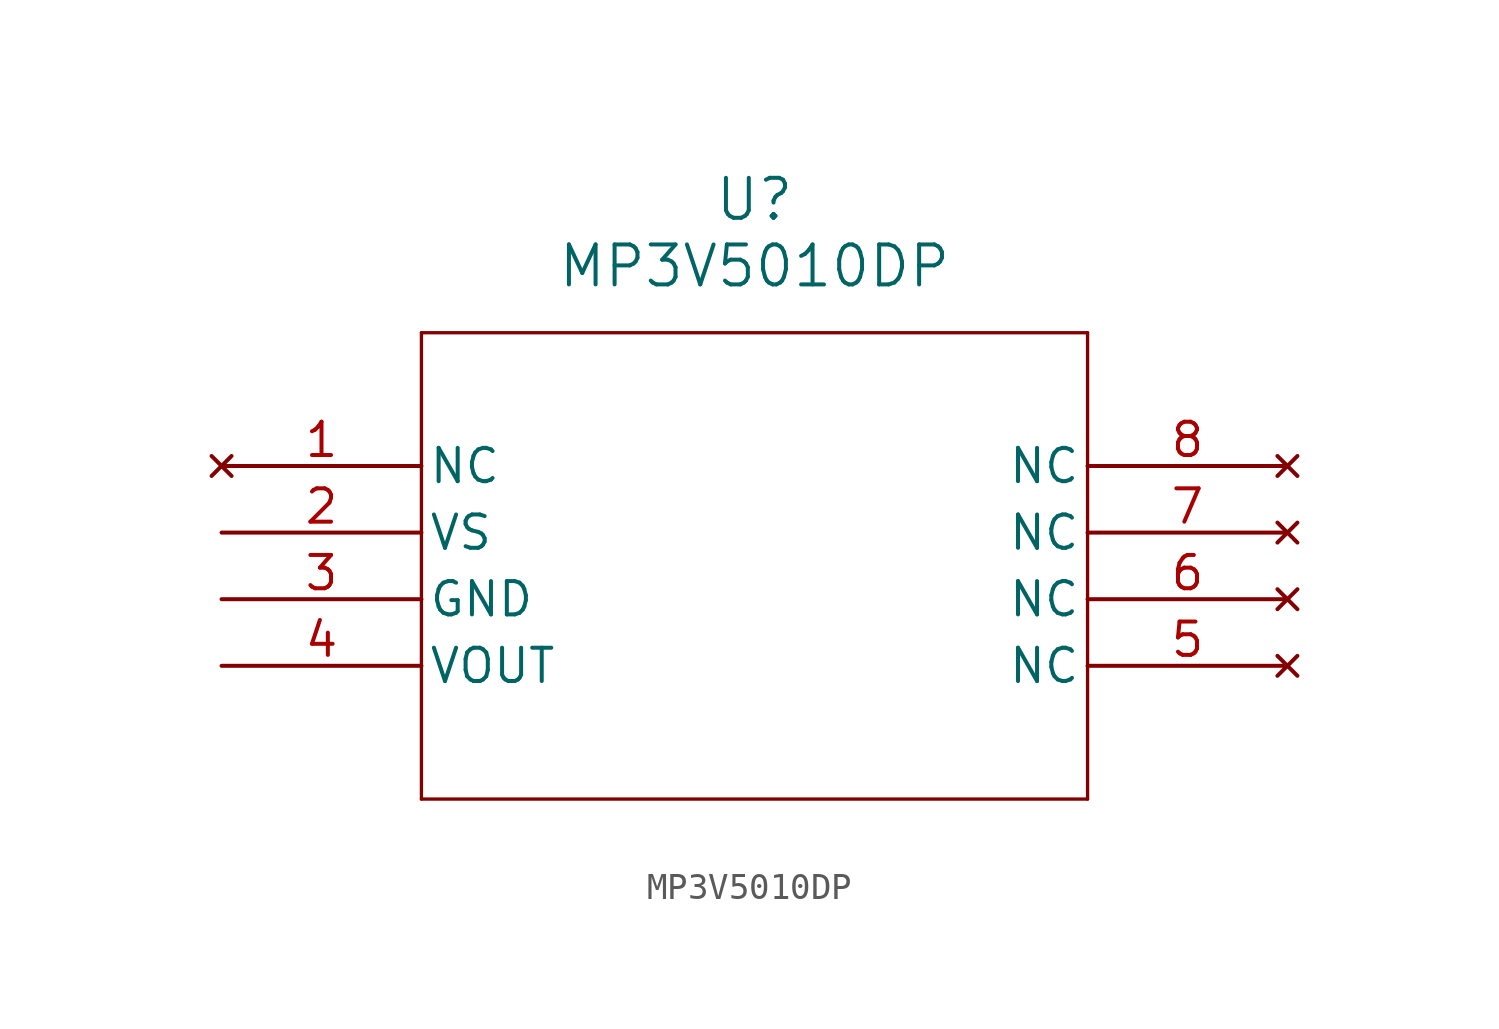
<source format=kicad_sym>
(kicad_symbol_lib
  (version 20211014)
  (generator kicad_symbol_editor)
  (symbol "MP3V5010DP"
    (pin_names
      (offset 0.254))
    (property "Reference" "U"
      (at 20.32 10.16 0)
      (effects (font (size 1.524 1.524))))
    (property "Value" "MP3V5010DP"
      (at 20.32 7.62 0)
      (effects (font (size 1.524 1.524))))
    (symbol "MP3V5010DP_0_1"
      (polyline (pts (xy 7.62 5.08) (xy 7.62 -12.7)) (stroke (width 0.127) (type default) (color 0 0 0 0)) (fill (type none)))
      (polyline (pts (xy 7.62 -12.7) (xy 33.02 -12.7)) (stroke (width 0.127) (type default) (color 0 0 0 0)) (fill (type none)))
      (polyline (pts (xy 33.02 -12.7) (xy 33.02 5.08)) (stroke (width 0.127) (type default) (color 0 0 0 0)) (fill (type none)))
      (polyline (pts (xy 33.02 5.08) (xy 7.62 5.08)) (stroke (width 0.127) (type default) (color 0 0 0 0)) (fill (type none)))
      (pin no_connect line (at 0 0 0) (length 7.62) (name "NC" (effects (font (size 1.27 1.27)))) (number "1" (effects (font (size 1.27 1.27)))))
      (pin power_in line (at 0 -2.54 0) (length 7.62) (name "VS" (effects (font (size 1.27 1.27)))) (number "2" (effects (font (size 1.27 1.27)))))
      (pin power_out line (at 0 -5.08 0) (length 7.62) (name "GND" (effects (font (size 1.27 1.27)))) (number "3" (effects (font (size 1.27 1.27)))))
      (pin output line (at 0 -7.62 0) (length 7.62) (name "VOUT" (effects (font (size 1.27 1.27)))) (number "4" (effects (font (size 1.27 1.27)))))
      (pin no_connect line (at 40.64 -7.62 180) (length 7.62) (name "NC" (effects (font (size 1.27 1.27)))) (number "5" (effects (font (size 1.27 1.27)))))
      (pin no_connect line (at 40.64 -5.08 180) (length 7.62) (name "NC" (effects (font (size 1.27 1.27)))) (number "6" (effects (font (size 1.27 1.27)))))
      (pin no_connect line (at 40.64 -2.54 180) (length 7.62) (name "NC" (effects (font (size 1.27 1.27)))) (number "7" (effects (font (size 1.27 1.27)))))
      (pin no_connect line (at 40.64 0 180) (length 7.62) (name "NC" (effects (font (size 1.27 1.27)))) (number "8" (effects (font (size 1.27 1.27))))))))
</source>
